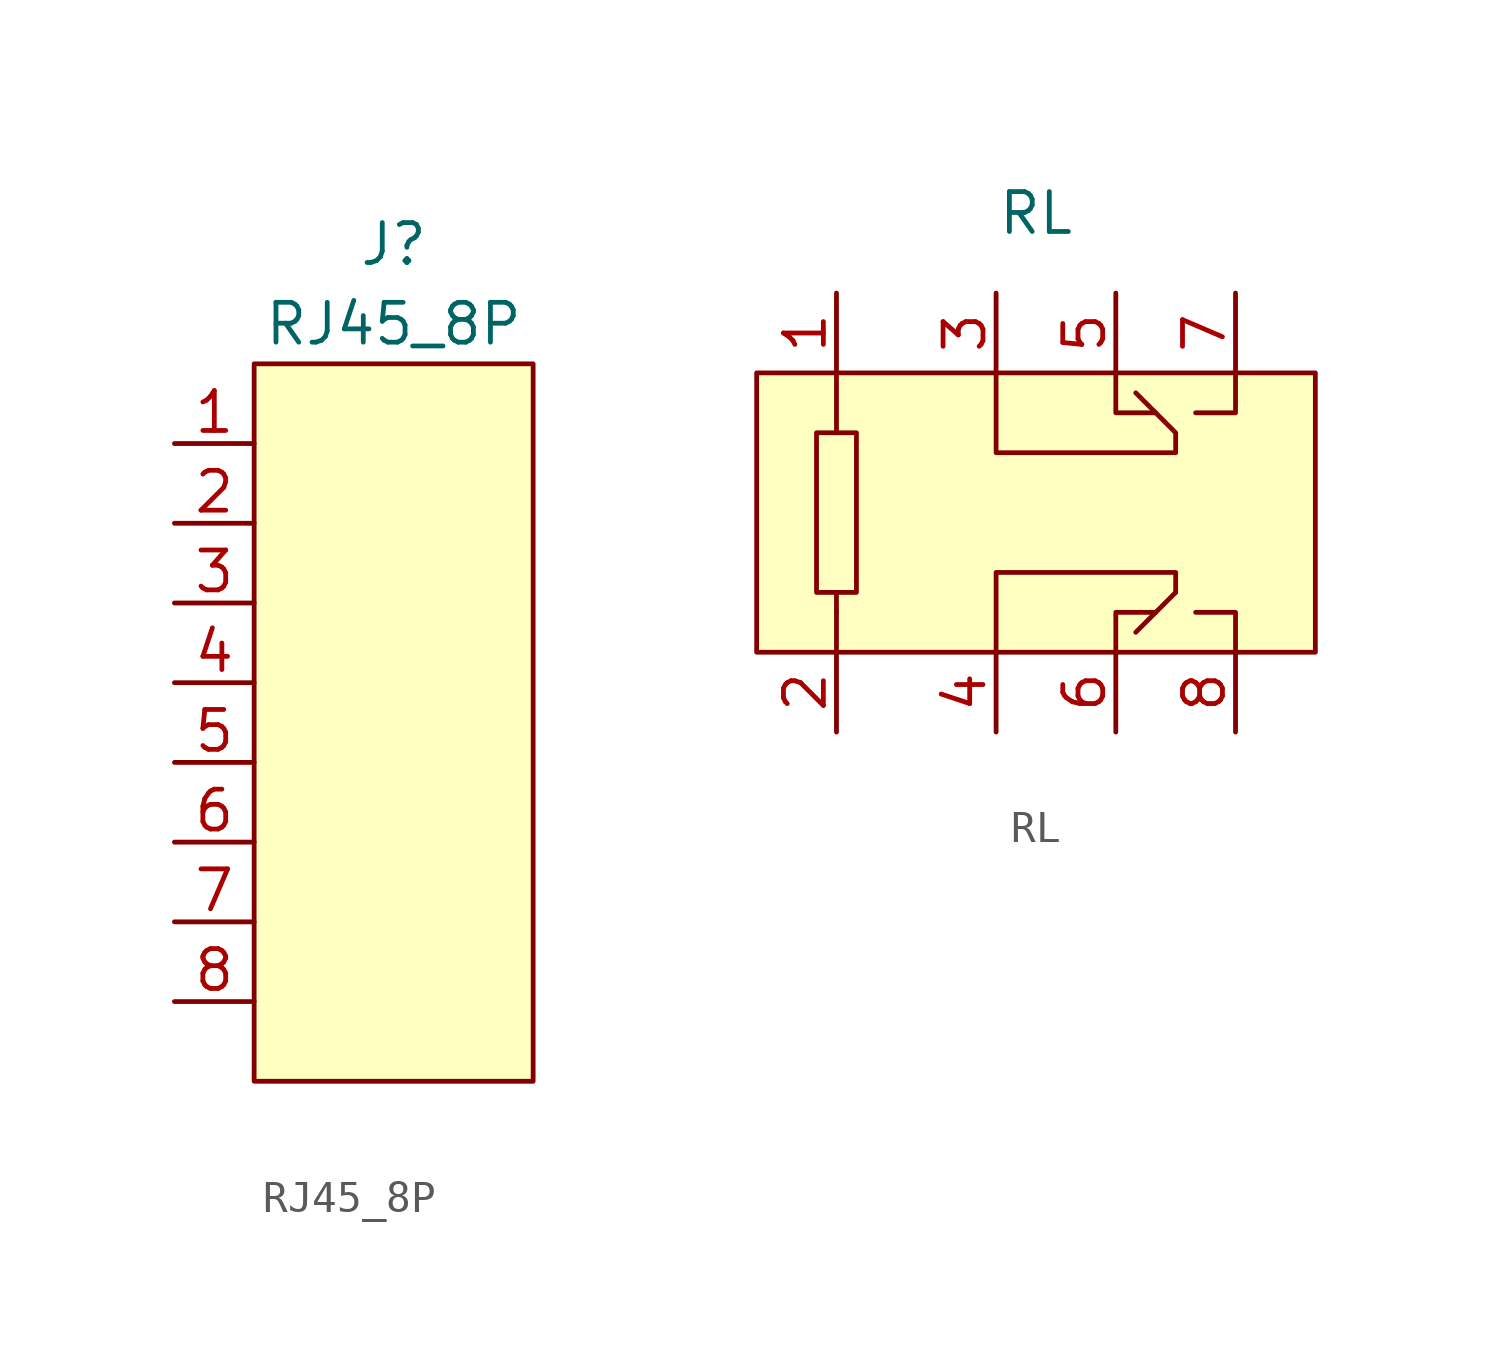
<source format=kicad_sym>
(kicad_symbol_lib
  (version 20211014)
  (generator kicad_symbol_editor)
  (symbol "RJ45_8P"
    (property "Reference" "J"
      (at 4.445 3.81 0)
      (effects (font (size 1.27 1.27))))
    (property "Value" "RJ45_8P"
      (at 4.445 1.27 0)
      (effects (font (size 1.27 1.27))))
    (symbol "RJ45_8P_0_1"
      (rectangle (start 0 0) (end 8.89 -22.86) (stroke (width 0.152) (type default) (color 0 0 0 0)) (fill (type background))))
    (symbol "RJ45_8P_1_1"
      (pin input line (at -2.54 -2.54 0) (length 2.54) (name "" (effects (font (size 1.27 1.27)))) (number "1" (effects (font (size 1.27 1.27)))))
      (pin input line (at -2.54 -5.08 0) (length 2.54) (name "" (effects (font (size 1.27 1.27)))) (number "2" (effects (font (size 1.27 1.27)))))
      (pin input line (at -2.54 -7.62 0) (length 2.54) (name "" (effects (font (size 1.27 1.27)))) (number "3" (effects (font (size 1.27 1.27)))))
      (pin input line (at -2.54 -10.16 0) (length 2.54) (name "" (effects (font (size 1.27 1.27)))) (number "4" (effects (font (size 1.27 1.27)))))
      (pin input line (at -2.54 -12.7 0) (length 2.54) (name "" (effects (font (size 1.27 1.27)))) (number "5" (effects (font (size 1.27 1.27)))))
      (pin input line (at -2.54 -15.24 0) (length 2.54) (name "" (effects (font (size 1.27 1.27)))) (number "6" (effects (font (size 1.27 1.27)))))
      (pin input line (at -2.54 -17.78 0) (length 2.54) (name "" (effects (font (size 1.27 1.27)))) (number "7" (effects (font (size 1.27 1.27)))))
      (pin input line (at -2.54 -20.32 0) (length 2.54) (name "" (effects (font (size 1.27 1.27)))) (number "8" (effects (font (size 1.27 1.27)))))))
  (symbol "RL"
    (property "Reference" "Relay"
      (at 0 11.43 0)
      (effects (font (size 1.27 1.27)) hide))
    (property "Value" "RL"
      (at 8.89 5.08 0)
      (effects (font (size 1.27 1.27))))
    (symbol "RL_0_1"
      (polyline (pts (xy 2.54 -8.89) (xy 2.54 -6.985)) (stroke (width 0.152) (type default) (color 0 0 0 0)) (fill (type none)))
      (polyline (pts (xy 2.54 0) (xy 2.54 -1.905)) (stroke (width 0.152) (type default) (color 0 0 0 0)) (fill (type none)))
      (polyline (pts (xy 13.335 -6.985) (xy 12.065 -8.255)) (stroke (width 0.152) (type default) (color 0 0 0 0)) (fill (type none)))
      (polyline (pts (xy 11.43 -8.89) (xy 11.43 -7.62) (xy 12.7 -7.62)) (stroke (width 0.152) (type default) (color 0 0 0 0)) (fill (type none)))
      (polyline (pts (xy 11.43 0) (xy 11.43 -1.27) (xy 12.7 -1.27)) (stroke (width 0.152) (type default) (color 0 0 0 0)) (fill (type none)))
      (polyline (pts (xy 15.24 -8.89) (xy 15.24 -7.62) (xy 13.97 -7.62)) (stroke (width 0.152) (type default) (color 0 0 0 0)) (fill (type none)))
      (polyline (pts (xy 15.24 0) (xy 15.24 -1.27) (xy 13.97 -1.27)) (stroke (width 0.152) (type default) (color 0 0 0 0)) (fill (type none)))
      (polyline (pts (xy 7.62 -8.89) (xy 7.62 -6.35) (xy 13.335 -6.35) (xy 13.335 -6.985)) (stroke (width 0.152) (type default) (color 0 0 0 0)) (fill (type none)))
      (polyline (pts (xy 7.62 0) (xy 7.62 -2.54) (xy 13.335 -2.54) (xy 13.335 -1.905) (xy 12.065 -0.635)) (stroke (width 0.152) (type default) (color 0 0 0 0)) (fill (type none)))
      (rectangle (start 0 0) (end 17.78 -8.89) (stroke (width 0.152) (type default) (color 0 0 0 0)) (fill (type background)))
      (rectangle (start 1.905 -1.905) (end 3.175 -6.985) (stroke (width 0.152) (type default) (color 0 0 0 0)) (fill (type none)))
      (rectangle (start 2.54 -7.62) (end 2.54 -7.62) (stroke (width 0.152) (type default) (color 0 0 0 0)) (fill (type none))))
    (symbol "RL_1_1"
      (pin input line (at 2.54 2.54 270) (length 2.54) (name "" (effects (font (size 1.27 1.27)))) (number "1" (effects (font (size 1.27 1.27)))))
      (pin input line (at 2.54 -11.43 90) (length 2.54) (name "" (effects (font (size 1.27 1.27)))) (number "2" (effects (font (size 1.27 1.27)))))
      (pin input line (at 7.62 2.54 270) (length 2.54) (name "" (effects (font (size 1.27 1.27)))) (number "3" (effects (font (size 1.27 1.27)))))
      (pin input line (at 7.62 -11.43 90) (length 2.54) (name "" (effects (font (size 1.27 1.27)))) (number "4" (effects (font (size 1.27 1.27)))))
      (pin input line (at 11.43 2.54 270) (length 2.54) (name "" (effects (font (size 1.27 1.27)))) (number "5" (effects (font (size 1.27 1.27)))))
      (pin input line (at 11.43 -11.43 90) (length 2.54) (name "" (effects (font (size 1.27 1.27)))) (number "6" (effects (font (size 1.27 1.27)))))
      (pin input line (at 15.24 2.54 270) (length 2.54) (name "" (effects (font (size 1.27 1.27)))) (number "7" (effects (font (size 1.27 1.27)))))
      (pin input line (at 15.24 -11.43 90) (length 2.54) (name "" (effects (font (size 1.27 1.27)))) (number "8" (effects (font (size 1.27 1.27))))))))
</source>
